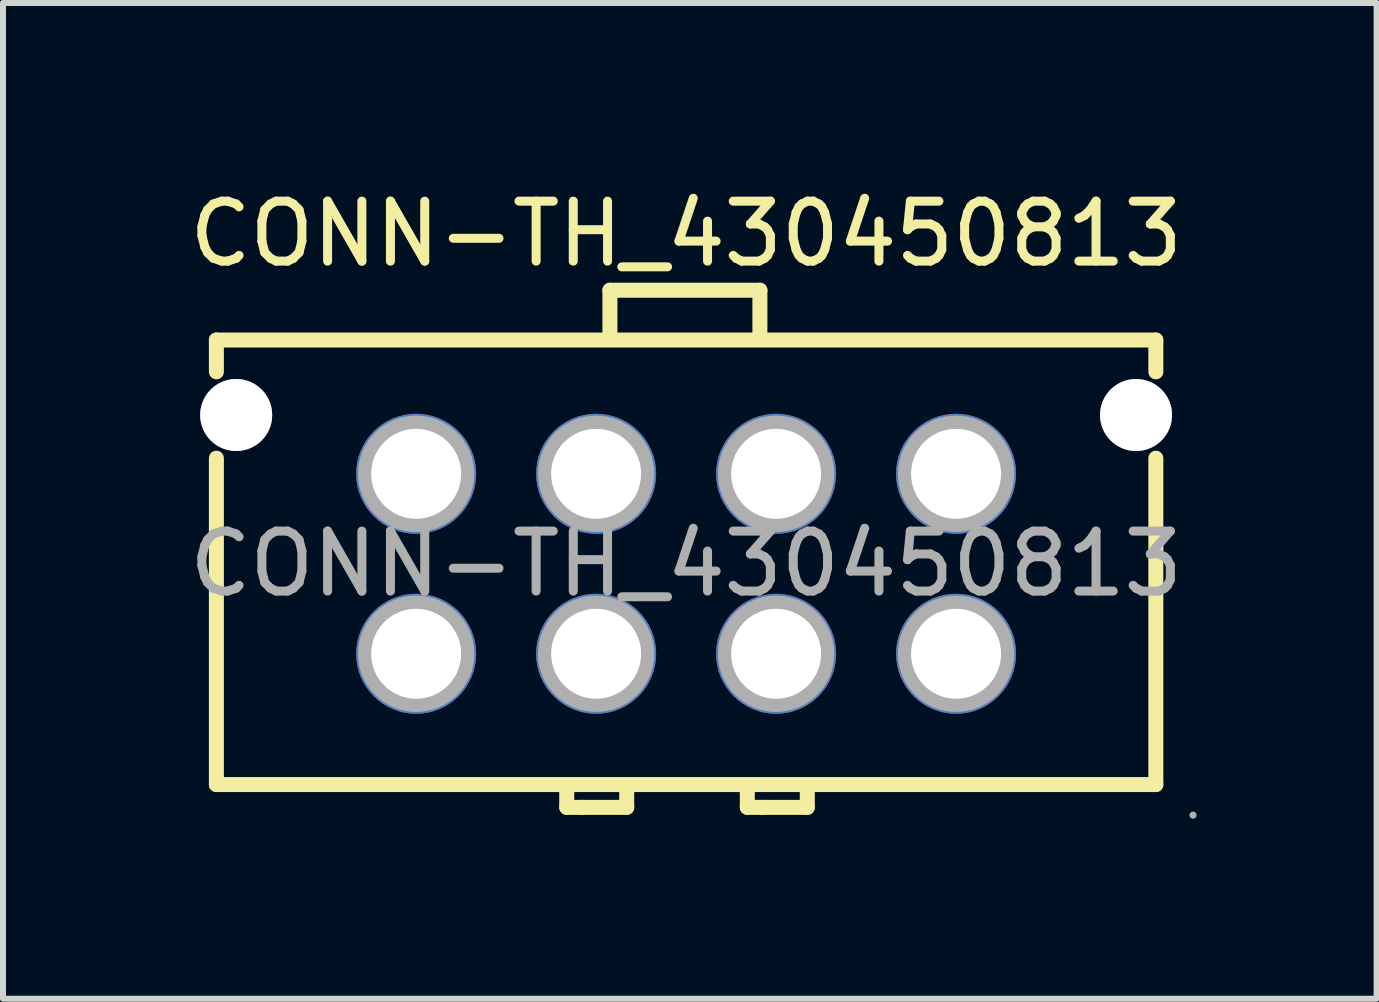
<source format=kicad_pcb>
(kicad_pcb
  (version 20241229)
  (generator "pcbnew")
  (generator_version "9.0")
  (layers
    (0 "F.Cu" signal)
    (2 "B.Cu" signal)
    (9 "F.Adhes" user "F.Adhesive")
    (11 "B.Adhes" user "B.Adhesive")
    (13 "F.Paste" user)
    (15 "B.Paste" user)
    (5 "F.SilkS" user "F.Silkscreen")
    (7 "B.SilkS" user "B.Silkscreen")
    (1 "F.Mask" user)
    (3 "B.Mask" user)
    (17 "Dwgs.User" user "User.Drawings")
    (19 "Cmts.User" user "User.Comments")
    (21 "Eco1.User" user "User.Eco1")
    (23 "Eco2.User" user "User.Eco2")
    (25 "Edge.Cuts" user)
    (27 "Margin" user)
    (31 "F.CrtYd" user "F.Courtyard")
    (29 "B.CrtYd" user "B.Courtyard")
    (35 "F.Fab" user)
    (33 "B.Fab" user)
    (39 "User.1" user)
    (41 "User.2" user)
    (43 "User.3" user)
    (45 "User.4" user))
  (footprint "CONN-TH_430450813"
    (layer "F.Cu")
    (at 8.387 6.348)
    (property "Reference" "CONN-TH_430450813" (at 0 -5.5 0) (layer "F.SilkS") (effects (font (size 1 1) (thickness 0.15))))
    (attr through_hole)
    (fp_line (start -7.83 -3.73) (end -7.83 -3.2) (stroke (width 0.25) (type solid)) (layer "F.SilkS"))
    (fp_line (start -7.83 -3.73) (end 7.83 -3.73) (stroke (width 0.25) (type solid)) (layer "F.SilkS"))
    (fp_line (start -7.83 -1.76) (end -7.83 3.68) (stroke (width 0.25) (type solid)) (layer "F.SilkS"))
    (fp_line (start -1.99 3.81) (end -1.99 4.06) (stroke (width 0.25) (type solid)) (layer "F.SilkS"))
    (fp_line (start -1.99 4.06) (end -1.73 4.06) (stroke (width 0.25) (type solid)) (layer "F.SilkS"))
    (fp_line (start -1.73 4.06) (end -0.99 4.06) (stroke (width 0.25) (type solid)) (layer "F.SilkS"))
    (fp_line (start -1.27 -4.56) (end 1.23 -4.56) (stroke (width 0.25) (type solid)) (layer "F.SilkS"))
    (fp_line (start -1.27 -3.81) (end -1.27 -4.56) (stroke (width 0.25) (type solid)) (layer "F.SilkS"))
    (fp_line (start -0.99 4.06) (end -0.99 3.81) (stroke (width 0.25) (type solid)) (layer "F.SilkS"))
    (fp_line (start 1.02 3.81) (end 1.02 4.06) (stroke (width 0.25) (type solid)) (layer "F.SilkS"))
    (fp_line (start 1.02 4.06) (end 1.27 4.06) (stroke (width 0.25) (type solid)) (layer "F.SilkS"))
    (fp_line (start 1.23 -4.56) (end 1.23 -3.81) (stroke (width 0.25) (type solid)) (layer "F.SilkS"))
    (fp_line (start 1.27 4.06) (end 2.02 4.06) (stroke (width 0.25) (type solid)) (layer "F.SilkS"))
    (fp_line (start 2.02 4.06) (end 2.02 3.81) (stroke (width 0.25) (type solid)) (layer "F.SilkS"))
    (fp_line (start 7.83 -3.2) (end 7.83 -3.73) (stroke (width 0.25) (type solid)) (layer "F.SilkS"))
    (fp_line (start 7.83 3.68) (end -7.83 3.68) (stroke (width 0.25) (type solid)) (layer "F.SilkS"))
    (fp_line (start 7.83 3.68) (end 7.83 -1.76) (stroke (width 0.25) (type solid)) (layer "F.SilkS"))
    (fp_circle (center -7.5 -2.48) (end -7.25 -2.48) (stroke (width 0.5) (type solid)) (fill no) (layer "F.Fab"))
    (fp_circle (center -4.5 -1.5) (end -4.18 -1.5) (stroke (width 0.65) (type solid)) (fill no) (layer "F.Fab"))
    (fp_circle (center -4.5 1.5) (end -4.18 1.5) (stroke (width 0.65) (type solid)) (fill no) (layer "F.Fab"))
    (fp_circle (center -1.5 -1.5) (end -1.18 -1.5) (stroke (width 0.65) (type solid)) (fill no) (layer "F.Fab"))
    (fp_circle (center -1.5 1.5) (end -1.18 1.5) (stroke (width 0.65) (type solid)) (fill no) (layer "F.Fab"))
    (fp_circle (center 1.5 -1.5) (end 1.82 -1.5) (stroke (width 0.65) (type solid)) (fill no) (layer "F.Fab"))
    (fp_circle (center 1.5 1.5) (end 1.82 1.5) (stroke (width 0.65) (type solid)) (fill no) (layer "F.Fab"))
    (fp_circle (center 4.5 -1.5) (end 4.82 -1.5) (stroke (width 0.65) (type solid)) (fill no) (layer "F.Fab"))
    (fp_circle (center 4.5 1.5) (end 4.82 1.5) (stroke (width 0.65) (type solid)) (fill no) (layer "F.Fab"))
    (fp_circle (center 7.5 -2.48) (end 7.75 -2.48) (stroke (width 0.5) (type solid)) (fill no) (layer "F.Fab"))
    (fp_circle (center 8.45 4.19) (end 8.48 4.19) (stroke (width 0.06) (type solid)) (fill no) (layer "F.Fab"))
    (fp_text user "${REFERENCE}" (at 0 0 0) (layer "F.Fab") (effects (font (size 1 1) (thickness 0.15))))
    (pad "" thru_hole circle (at -7.5 -2.48) (size 1.2 1.2) (drill 1.2) (layers "*.Cu" "*.Mask"))
    (pad "" thru_hole circle (at 7.5 -2.48) (size 1.2 1.2) (drill 1.2) (layers "*.Cu" "*.Mask"))
    (pad "1" thru_hole circle (at 4.5 1.5) (size 2 2) (drill 1.5) (layers "*.Cu" "*.Mask"))
    (pad "2" thru_hole circle (at 1.5 1.5) (size 2 2) (drill 1.5) (layers "*.Cu" "*.Mask"))
    (pad "3" thru_hole circle (at -1.5 1.5) (size 2 2) (drill 1.5) (layers "*.Cu" "*.Mask"))
    (pad "4" thru_hole circle (at -4.5 1.5) (size 2 2) (drill 1.5) (layers "*.Cu" "*.Mask"))
    (pad "5" thru_hole circle (at 4.5 -1.5) (size 2 2) (drill 1.5) (layers "*.Cu" "*.Mask"))
    (pad "6" thru_hole circle (at 1.5 -1.5) (size 2 2) (drill 1.5) (layers "*.Cu" "*.Mask"))
    (pad "7" thru_hole circle (at -1.5 -1.5) (size 2 2) (drill 1.5) (layers "*.Cu" "*.Mask"))
    (pad "8" thru_hole circle (at -4.5 -1.5) (size 2 2) (drill 1.5) (layers "*.Cu" "*.Mask")))
  (gr_rect
    (start -3 -3)
    (end 19.897 13.598)
    (stroke (width 0.1) (type default))
    (fill no)
    (layer "Edge.Cuts")))
</source>
